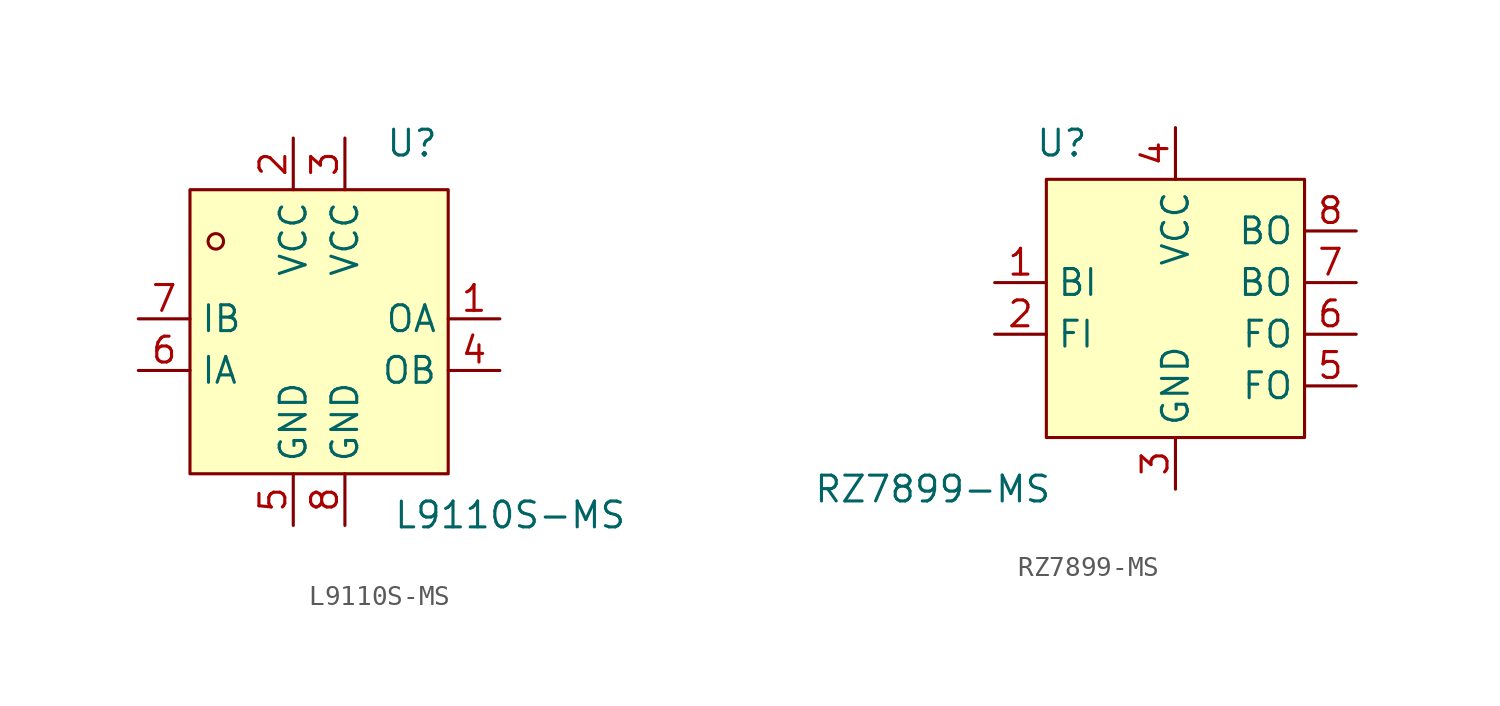
<source format=kicad_sym>
(kicad_symbol_lib
  (version 20241209)
  (generator "kicad_symbol_editor")
  (generator_version "9.0")
  (symbol "L9110S-MS"
    (property "Reference" "U"
      (at 4.572 9.906 0)
      (effects (font (size 1.27 1.27))))
    (property "Value" "L9110S-MS"
      (at 9.398 -8.382 0)
      (effects (font (size 1.27 1.27))))
    (symbol "L9110S-MS_0_1"
      (rectangle (start -6.35 7.62) (end 6.35 -6.35) (stroke (width 0) (type default)) (fill (type background)))
      (circle (center -5.08 5.08) (radius 0.38) (stroke (width 0) (type default)) (fill (type none)))
      (pin unspecified line (at -8.89 1.27 0) (length 2.54) (name "IB" (effects (font (size 1.27 1.27)))) (number "7" (effects (font (size 1.27 1.27)))))
      (pin unspecified line (at -8.89 -1.27 0) (length 2.54) (name "IA" (effects (font (size 1.27 1.27)))) (number "6" (effects (font (size 1.27 1.27)))))
      (pin unspecified line (at -1.27 10.16 270) (length 2.54) (name "VCC" (effects (font (size 1.27 1.27)))) (number "2" (effects (font (size 1.27 1.27)))))
      (pin unspecified line (at -1.27 -8.89 90) (length 2.54) (name "GND" (effects (font (size 1.27 1.27)))) (number "5" (effects (font (size 1.27 1.27)))))
      (pin unspecified line (at 1.27 10.16 270) (length 2.54) (name "VCC" (effects (font (size 1.27 1.27)))) (number "3" (effects (font (size 1.27 1.27)))))
      (pin unspecified line (at 1.27 -8.89 90) (length 2.54) (name "GND" (effects (font (size 1.27 1.27)))) (number "8" (effects (font (size 1.27 1.27)))))
      (pin unspecified line (at 8.89 1.27 180) (length 2.54) (name "OA" (effects (font (size 1.27 1.27)))) (number "1" (effects (font (size 1.27 1.27)))))
      (pin unspecified line (at 8.89 -1.27 180) (length 2.54) (name "OB" (effects (font (size 1.27 1.27)))) (number "4" (effects (font (size 1.27 1.27)))))))
  (symbol "RZ7899-MS"
    (property "Reference" "U"
      (at -5.588 8.128 0)
      (effects (font (size 1.27 1.27))))
    (property "Value" "RZ7899-MS"
      (at -11.938 -8.89 0)
      (effects (font (size 1.27 1.27))))
    (symbol "RZ7899-MS_0_1"
      (rectangle (start -6.35 6.35) (end 6.35 -6.35) (stroke (width 0) (type default)) (fill (type background)))
      (pin unspecified line (at -8.89 1.27 0) (length 2.54) (name "BI" (effects (font (size 1.27 1.27)))) (number "1" (effects (font (size 1.27 1.27)))))
      (pin unspecified line (at -8.89 -1.27 0) (length 2.54) (name "FI" (effects (font (size 1.27 1.27)))) (number "2" (effects (font (size 1.27 1.27)))))
      (pin unspecified line (at 0 8.89 270) (length 2.54) (name "VCC" (effects (font (size 1.27 1.27)))) (number "4" (effects (font (size 1.27 1.27)))))
      (pin unspecified line (at 0 -8.89 90) (length 2.54) (name "GND" (effects (font (size 1.27 1.27)))) (number "3" (effects (font (size 1.27 1.27)))))
      (pin unspecified line (at 8.89 3.81 180) (length 2.54) (name "BO" (effects (font (size 1.27 1.27)))) (number "8" (effects (font (size 1.27 1.27)))))
      (pin unspecified line (at 8.89 1.27 180) (length 2.54) (name "BO" (effects (font (size 1.27 1.27)))) (number "7" (effects (font (size 1.27 1.27)))))
      (pin unspecified line (at 8.89 -1.27 180) (length 2.54) (name "FO" (effects (font (size 1.27 1.27)))) (number "6" (effects (font (size 1.27 1.27)))))
      (pin unspecified line (at 8.89 -3.81 180) (length 2.54) (name "FO" (effects (font (size 1.27 1.27)))) (number "5" (effects (font (size 1.27 1.27))))))))
</source>
